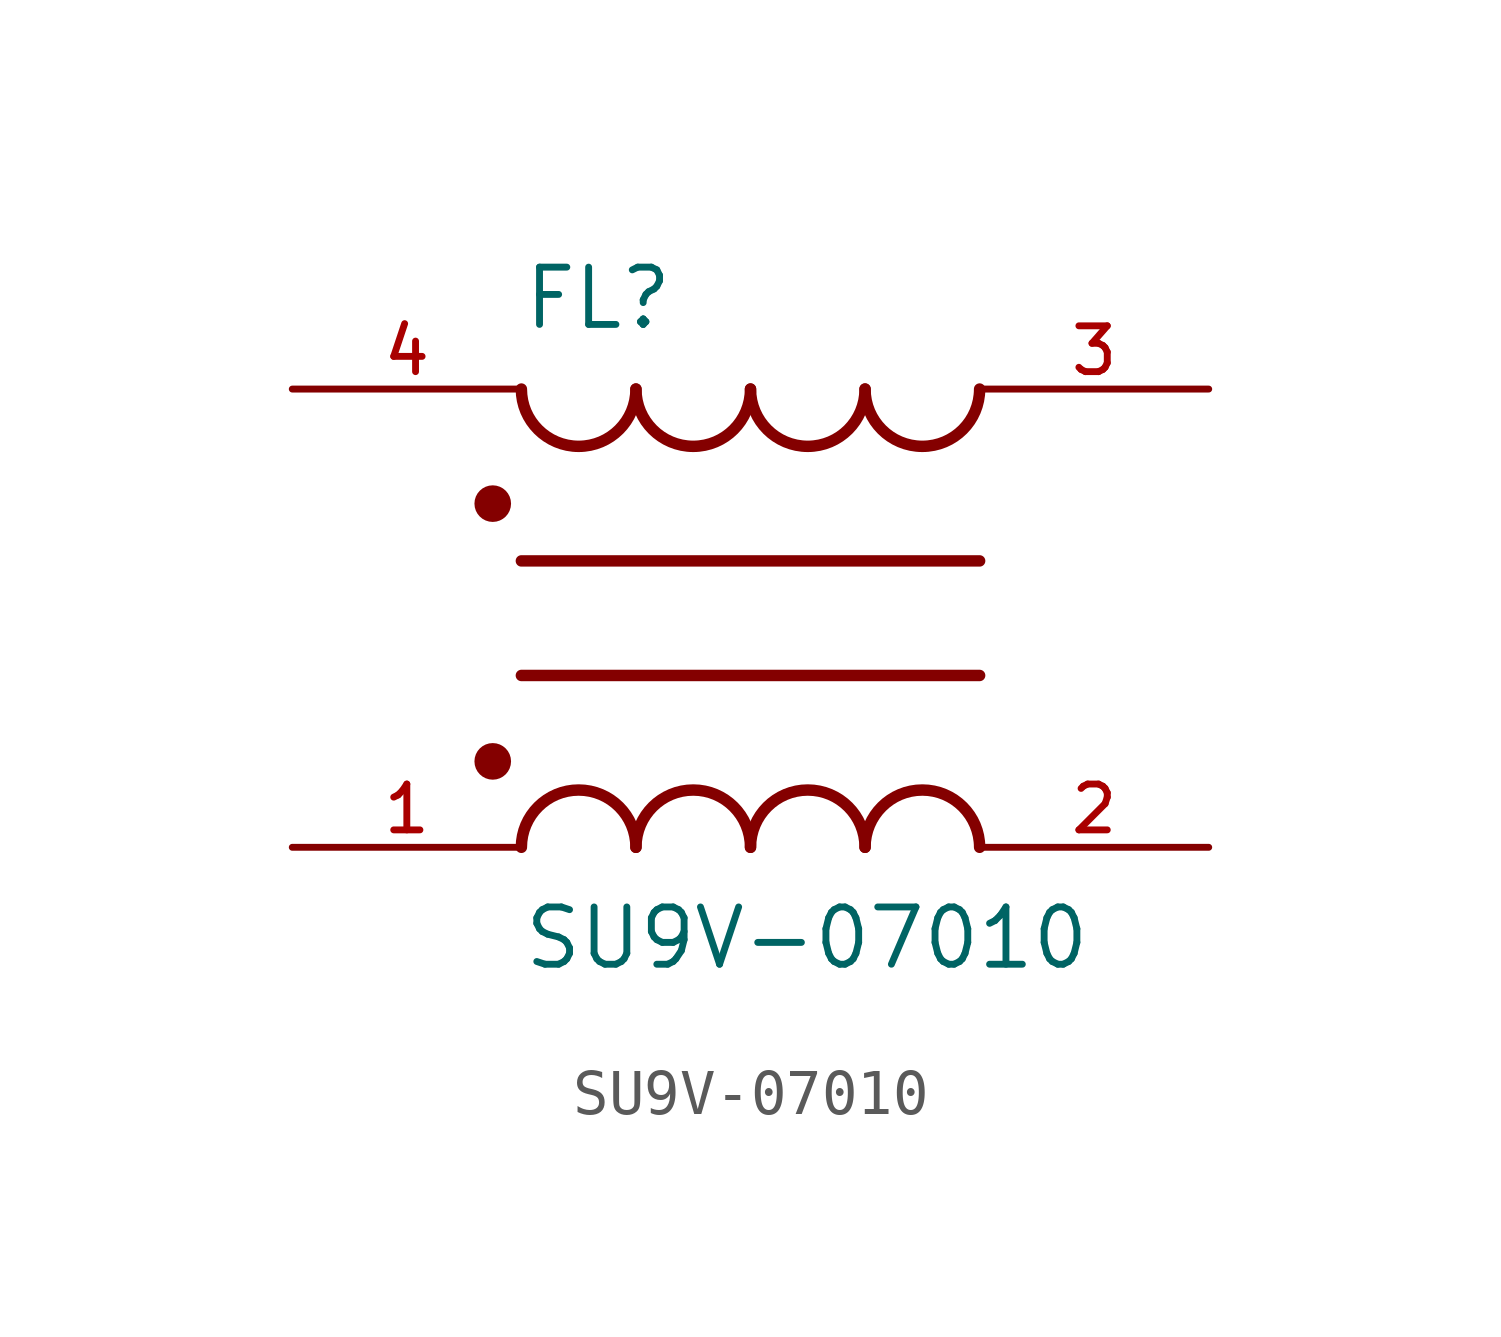
<source format=kicad_sym>
(kicad_symbol_lib
  (version 20231120)
  (generator "kicad_symbol_editor")
  (generator_version "8.0")
  (symbol "SU9V-07010"
    (pin_names
      (offset 1.016))
    (property "Reference" "FL"
      (at -5.08 6.35 0)
      (effects (font (size 1.27 1.27)) (justify left bottom)))
    (property "Value" "SU9V-07010"
      (at -5.08 -6.35 0)
      (effects (font (size 1.27 1.27)) (justify left top)))
    (symbol "SU9V-07010_0_0"
      (circle (center -5.715 -3.175) (radius 0.203) (stroke (width 0.406) (type default)) (fill (type none)))
      (circle (center -5.715 2.54) (radius 0.203) (stroke (width 0.406) (type default)) (fill (type none)))
      (arc (start -5.08 5.08) (mid -3.81 3.8155) (end -2.54 5.08) (stroke (width 0.254) (type default)) (fill (type none)))
      (arc (start -2.54 -5.08) (mid -3.81 -3.8155) (end -5.08 -5.08) (stroke (width 0.254) (type default)) (fill (type none)))
      (arc (start -2.54 5.08) (mid -1.27 3.8155) (end 0 5.08) (stroke (width 0.254) (type default)) (fill (type none)))
      (arc (start 0 -5.08) (mid -1.27 -3.8155) (end -2.54 -5.08) (stroke (width 0.254) (type default)) (fill (type none)))
      (polyline (pts (xy -5.08 -1.27) (xy 5.08 -1.27)) (stroke (width 0.254) (type default)) (fill (type none)))
      (polyline (pts (xy 5.08 1.27) (xy -5.08 1.27)) (stroke (width 0.254) (type default)) (fill (type none)))
      (arc (start 0 5.08) (mid 1.27 3.8155) (end 2.54 5.08) (stroke (width 0.254) (type default)) (fill (type none)))
      (arc (start 2.54 -5.08) (mid 1.27 -3.8155) (end 0 -5.08) (stroke (width 0.254) (type default)) (fill (type none)))
      (arc (start 2.54 5.08) (mid 3.81 3.8155) (end 5.08 5.08) (stroke (width 0.254) (type default)) (fill (type none)))
      (arc (start 5.08 -5.08) (mid 3.81 -3.8155) (end 2.54 -5.08) (stroke (width 0.254) (type default)) (fill (type none)))
      (pin passive line (at -10.16 -5.08 0) (length 5.08) (name "~" (effects (font (size 1.016 1.016)))) (number "1" (effects (font (size 1.016 1.016)))))
      (pin passive line (at 10.16 -5.08 180) (length 5.08) (name "~" (effects (font (size 1.016 1.016)))) (number "2" (effects (font (size 1.016 1.016)))))
      (pin passive line (at 10.16 5.08 180) (length 5.08) (name "~" (effects (font (size 1.016 1.016)))) (number "3" (effects (font (size 1.016 1.016)))))
      (pin passive line (at -10.16 5.08 0) (length 5.08) (name "~" (effects (font (size 1.016 1.016)))) (number "4" (effects (font (size 1.016 1.016))))))))
</source>
